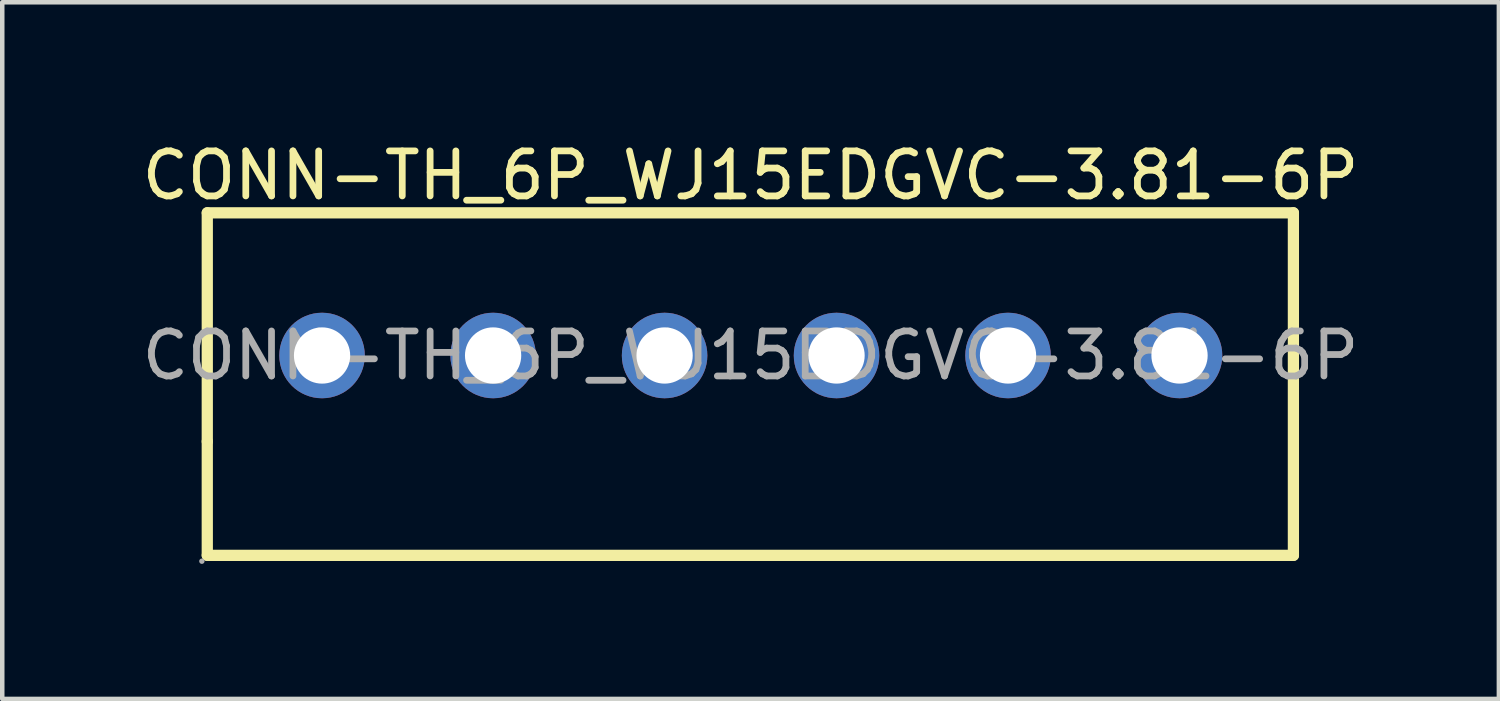
<source format=kicad_pcb>
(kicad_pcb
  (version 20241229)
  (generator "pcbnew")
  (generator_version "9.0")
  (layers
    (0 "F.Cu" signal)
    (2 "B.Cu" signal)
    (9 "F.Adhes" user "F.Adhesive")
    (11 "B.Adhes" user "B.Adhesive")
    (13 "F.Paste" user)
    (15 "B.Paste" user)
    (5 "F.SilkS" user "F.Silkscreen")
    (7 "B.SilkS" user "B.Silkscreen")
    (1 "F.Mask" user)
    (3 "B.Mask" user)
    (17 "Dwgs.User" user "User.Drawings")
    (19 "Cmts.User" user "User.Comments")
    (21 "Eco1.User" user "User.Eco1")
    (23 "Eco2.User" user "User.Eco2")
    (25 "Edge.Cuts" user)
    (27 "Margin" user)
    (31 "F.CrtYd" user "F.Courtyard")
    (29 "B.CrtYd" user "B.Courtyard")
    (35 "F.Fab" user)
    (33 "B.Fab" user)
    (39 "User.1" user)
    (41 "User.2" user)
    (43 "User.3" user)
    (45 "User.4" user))
  (footprint "CONN-TH_6P_WJ15EDGVC-3.81-6P"
    (layer "F.Cu")
    (at 13.625 4.848)
    (property "Reference" "CONN-TH_6P_WJ15EDGVC-3.81-6P" (at 0 -4 0) (layer "F.SilkS") (effects (font (size 1 1) (thickness 0.15))))
    (attr smd)
    (fp_line (start -12.07 -3.17) (end -12.07 1.91) (stroke (width 0.25) (type solid)) (layer "F.SilkS"))
    (fp_line (start -12.07 -3.17) (end 12.06 -3.17) (stroke (width 0.25) (type solid)) (layer "F.SilkS"))
    (fp_line (start -12.07 1.91) (end -12.07 4.44) (stroke (width 0.25) (type solid)) (layer "F.SilkS"))
    (fp_line (start 12.06 -3.17) (end 12.06 4.44) (stroke (width 0.25) (type solid)) (layer "F.SilkS"))
    (fp_line (start 12.06 4.44) (end -12.07 4.44) (stroke (width 0.25) (type solid)) (layer "F.SilkS"))
    (fp_circle (center -12.19 4.57) (end -12.16 4.57) (stroke (width 0.06) (type solid)) (fill no) (layer "F.Fab"))
    (fp_circle (center -9.52 0) (end -9.26 0) (stroke (width 0.52) (type solid)) (fill no) (layer "F.Fab"))
    (fp_circle (center -5.72 0) (end -5.46 0) (stroke (width 0.52) (type solid)) (fill no) (layer "F.Fab"))
    (fp_circle (center -1.91 0) (end -1.65 0) (stroke (width 0.52) (type solid)) (fill no) (layer "F.Fab"))
    (fp_circle (center 1.91 0) (end 2.17 0) (stroke (width 0.52) (type solid)) (fill no) (layer "F.Fab"))
    (fp_circle (center 5.72 0) (end 5.98 0) (stroke (width 0.52) (type solid)) (fill no) (layer "F.Fab"))
    (fp_circle (center 9.53 0) (end 9.79 0) (stroke (width 0.52) (type solid)) (fill no) (layer "F.Fab"))
    (fp_text user "${REFERENCE}" (at 0 0 0) (layer "F.Fab") (effects (font (size 1 1) (thickness 0.15))))
    (pad "1" thru_hole circle (at -9.52 0) (size 1.9 1.9) (drill 1.25) (layers "*.Cu" "*.Paste" "*.Mask"))
    (pad "2" thru_hole circle (at -5.72 0) (size 1.9 1.9) (drill 1.25) (layers "*.Cu" "*.Paste" "*.Mask"))
    (pad "3" thru_hole circle (at -1.91 0) (size 1.9 1.9) (drill 1.25) (layers "*.Cu" "*.Paste" "*.Mask"))
    (pad "4" thru_hole circle (at 1.91 0) (size 1.9 1.9) (drill 1.25) (layers "*.Cu" "*.Paste" "*.Mask"))
    (pad "5" thru_hole circle (at 5.72 0) (size 1.9 1.9) (drill 1.25) (layers "*.Cu" "*.Paste" "*.Mask"))
    (pad "6" thru_hole circle (at 9.53 0) (size 1.9 1.9) (drill 1.25) (layers "*.Cu" "*.Paste" "*.Mask")))
  (gr_rect
    (start -3 -3)
    (end 30.25 12.478)
    (stroke (width 0.1) (type default))
    (fill no)
    (layer "Edge.Cuts")))
</source>
